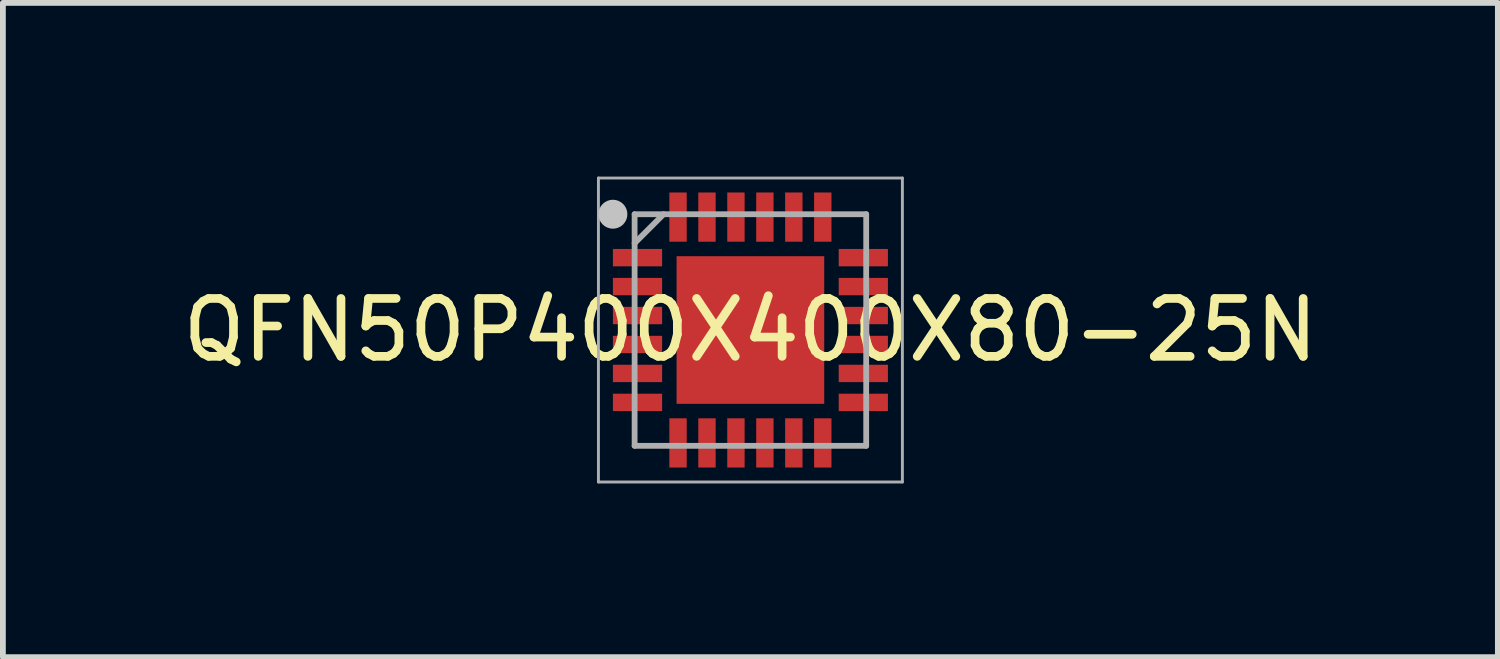
<source format=kicad_pcb>
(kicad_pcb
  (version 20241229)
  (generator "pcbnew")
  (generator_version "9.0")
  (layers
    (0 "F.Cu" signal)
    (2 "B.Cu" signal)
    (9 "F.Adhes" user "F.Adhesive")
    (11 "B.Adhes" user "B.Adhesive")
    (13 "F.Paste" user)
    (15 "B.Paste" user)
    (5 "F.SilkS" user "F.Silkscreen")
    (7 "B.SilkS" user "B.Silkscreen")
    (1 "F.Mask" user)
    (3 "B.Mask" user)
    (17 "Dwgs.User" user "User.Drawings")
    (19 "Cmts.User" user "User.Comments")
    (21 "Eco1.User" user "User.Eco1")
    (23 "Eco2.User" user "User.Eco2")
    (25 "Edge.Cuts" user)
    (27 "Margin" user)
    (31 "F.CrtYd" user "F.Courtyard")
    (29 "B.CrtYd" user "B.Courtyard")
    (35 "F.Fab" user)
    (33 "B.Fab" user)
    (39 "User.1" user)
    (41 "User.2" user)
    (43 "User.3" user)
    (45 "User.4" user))
  (footprint "QFN50P400X400X80-25N"
    (layer "F.Cu")
    (at 9.911 2.65)
    (property "Reference" "QFN50P400X400X80-25N" (at 0 0 0) (layer "F.SilkS") (effects (font (size 1 1) (thickness 0.15))))
    (attr through_hole)
    (fp_circle (center -2.375 -2) (end -2.25 -2) (stroke (width 0.25) (type solid)) (fill no) (layer "Dwgs.User"))
    (fp_line (start -2.625 -2.625) (end 2.625 -2.625) (stroke (width 0.05) (type solid)) (layer "F.Fab"))
    (fp_line (start -2.625 2.625) (end -2.625 -2.625) (stroke (width 0.05) (type solid)) (layer "F.Fab"))
    (fp_line (start -2 -2) (end 2 -2) (stroke (width 0.1) (type solid)) (layer "F.Fab"))
    (fp_line (start -2 -1.5) (end -1.5 -2) (stroke (width 0.1) (type solid)) (layer "F.Fab"))
    (fp_line (start -2 2) (end -2 -2) (stroke (width 0.1) (type solid)) (layer "F.Fab"))
    (fp_line (start 2 -2) (end 2 2) (stroke (width 0.1) (type solid)) (layer "F.Fab"))
    (fp_line (start 2 2) (end -2 2) (stroke (width 0.1) (type solid)) (layer "F.Fab"))
    (fp_line (start 2.625 -2.625) (end 2.625 2.625) (stroke (width 0.05) (type solid)) (layer "F.Fab"))
    (fp_line (start 2.625 2.625) (end -2.625 2.625) (stroke (width 0.05) (type solid)) (layer "F.Fab"))
    (pad "1" smd rect (at -1.95 -1.25) (size 0.85 0.3) (layers "F.Cu" "F.Mask" "F.Paste"))
    (pad "2" smd rect (at -1.95 -0.75) (size 0.85 0.3) (layers "F.Cu" "F.Mask" "F.Paste"))
    (pad "3" smd rect (at -1.95 -0.25) (size 0.85 0.3) (layers "F.Cu" "F.Mask" "F.Paste"))
    (pad "4" smd rect (at -1.95 0.25) (size 0.85 0.3) (layers "F.Cu" "F.Mask" "F.Paste"))
    (pad "5" smd rect (at -1.95 0.75) (size 0.85 0.3) (layers "F.Cu" "F.Mask" "F.Paste"))
    (pad "6" smd rect (at -1.95 1.25) (size 0.85 0.3) (layers "F.Cu" "F.Mask" "F.Paste"))
    (pad "7" smd rect (at -1.25 1.95 90) (size 0.85 0.3) (layers "F.Cu" "F.Mask" "F.Paste"))
    (pad "8" smd rect (at -0.75 1.95 90) (size 0.85 0.3) (layers "F.Cu" "F.Mask" "F.Paste"))
    (pad "9" smd rect (at -0.25 1.95 90) (size 0.85 0.3) (layers "F.Cu" "F.Mask" "F.Paste"))
    (pad "10" smd rect (at 0.25 1.95 90) (size 0.85 0.3) (layers "F.Cu" "F.Mask" "F.Paste"))
    (pad "11" smd rect (at 0.75 1.95 90) (size 0.85 0.3) (layers "F.Cu" "F.Mask" "F.Paste"))
    (pad "12" smd rect (at 1.25 1.95 90) (size 0.85 0.3) (layers "F.Cu" "F.Mask" "F.Paste"))
    (pad "13" smd rect (at 1.95 1.25) (size 0.85 0.3) (layers "F.Cu" "F.Mask" "F.Paste"))
    (pad "14" smd rect (at 1.95 0.75) (size 0.85 0.3) (layers "F.Cu" "F.Mask" "F.Paste"))
    (pad "15" smd rect (at 1.95 0.25) (size 0.85 0.3) (layers "F.Cu" "F.Mask" "F.Paste"))
    (pad "16" smd rect (at 1.95 -0.25) (size 0.85 0.3) (layers "F.Cu" "F.Mask" "F.Paste"))
    (pad "17" smd rect (at 1.95 -0.75) (size 0.85 0.3) (layers "F.Cu" "F.Mask" "F.Paste"))
    (pad "18" smd rect (at 1.95 -1.25) (size 0.85 0.3) (layers "F.Cu" "F.Mask" "F.Paste"))
    (pad "19" smd rect (at 1.25 -1.95 90) (size 0.85 0.3) (layers "F.Cu" "F.Mask" "F.Paste"))
    (pad "20" smd rect (at 0.75 -1.95 90) (size 0.85 0.3) (layers "F.Cu" "F.Mask" "F.Paste"))
    (pad "21" smd rect (at 0.25 -1.95 90) (size 0.85 0.3) (layers "F.Cu" "F.Mask" "F.Paste"))
    (pad "22" smd rect (at -0.25 -1.95 90) (size 0.85 0.3) (layers "F.Cu" "F.Mask" "F.Paste"))
    (pad "23" smd rect (at -0.75 -1.95 90) (size 0.85 0.3) (layers "F.Cu" "F.Mask" "F.Paste"))
    (pad "24" smd rect (at -1.25 -1.95 90) (size 0.85 0.3) (layers "F.Cu" "F.Mask" "F.Paste"))
    (pad "25" smd rect (at 0 0 90) (size 2.55 2.55) (layers "F.Cu" "F.Mask" "F.Paste")))
  (gr_rect
    (start -3 -3)
    (end 22.821 8.3)
    (stroke (width 0.1) (type default))
    (fill no)
    (layer "Edge.Cuts")))
</source>
